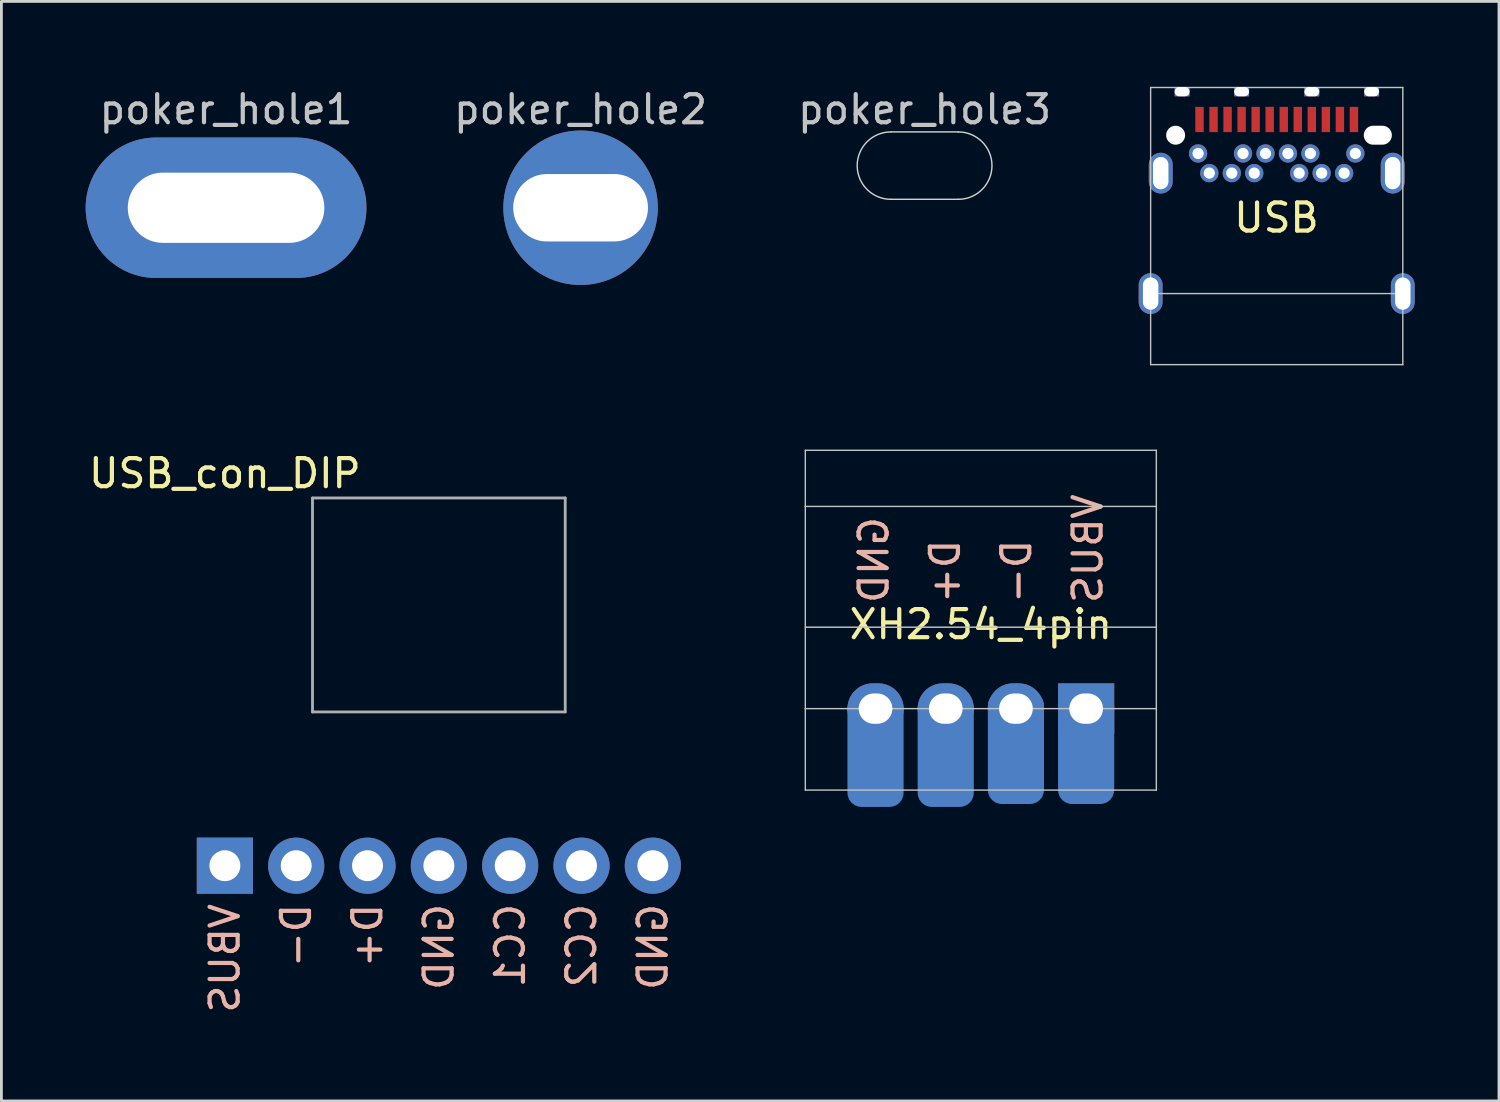
<source format=kicad_pcb>
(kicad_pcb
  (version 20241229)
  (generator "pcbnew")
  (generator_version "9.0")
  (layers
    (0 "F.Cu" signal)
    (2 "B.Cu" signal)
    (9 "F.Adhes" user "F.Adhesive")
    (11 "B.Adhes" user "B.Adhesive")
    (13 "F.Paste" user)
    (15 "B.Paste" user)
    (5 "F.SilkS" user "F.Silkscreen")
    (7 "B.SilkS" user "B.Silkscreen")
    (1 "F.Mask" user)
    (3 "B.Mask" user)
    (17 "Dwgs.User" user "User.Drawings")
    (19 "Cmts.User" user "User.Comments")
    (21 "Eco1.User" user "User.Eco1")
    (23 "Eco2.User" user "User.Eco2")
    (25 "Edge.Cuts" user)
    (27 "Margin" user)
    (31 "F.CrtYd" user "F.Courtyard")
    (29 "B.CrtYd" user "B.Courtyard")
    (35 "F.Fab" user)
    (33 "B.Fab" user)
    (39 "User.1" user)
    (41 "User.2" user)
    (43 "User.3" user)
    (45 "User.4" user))
  (footprint "poker_hole3"
    (layer "F.Cu")
    (at 29.875 2.848)
    (property "Reference" "poker_hole3" (at 0 -2 0) (unlocked yes) (layer "Dwgs.User") (effects (font (size 1 1) (thickness 0.15))))
    (attr through_hole)
    (fp_line (start -1.2 -1.2) (end 1.2 -1.2) (stroke (width 0.05) (type solid)) (layer "Edge.Cuts"))
    (fp_line (start 1.2 1.2) (end -1.2 1.2) (stroke (width 0.05) (type solid)) (layer "Edge.Cuts"))
    (fp_arc (start -1.2 1.2) (mid -2.4 0) (end -1.2 -1.2) (stroke (width 0.05) (type solid)) (layer "Edge.Cuts"))
    (fp_arc (start 1.2 -1.2) (mid 2.4 0) (end 1.2 1.2) (stroke (width 0.05) (type solid)) (layer "Edge.Cuts")))
  (footprint "XH2.54_4pin"
    (layer "F.Cu")
    (at 31.878 22.185)
    (property "Reference" "XH2.54_4pin" (at 0 -3 0) (unlocked yes) (layer "F.SilkS") (effects (font (size 1 1) (thickness 0.15))))
    (attr through_hole)
    (fp_line (start -6.25 -9.2) (end 6.25 -9.2) (stroke (width 0.05) (type solid)) (layer "Dwgs.User"))
    (fp_line (start -6.25 -7.2) (end -6.25 -9.2) (stroke (width 0.05) (type solid)) (layer "Dwgs.User"))
    (fp_line (start -6.25 -7.2) (end -6.25 0) (stroke (width 0.05) (type solid)) (layer "Dwgs.User"))
    (fp_line (start -6.25 -7.2) (end 6.25 -7.2) (stroke (width 0.05) (type solid)) (layer "Dwgs.User"))
    (fp_line (start -6.25 2.9) (end -6.25 0) (stroke (width 0.05) (type solid)) (layer "Dwgs.User"))
    (fp_line (start 6.25 -7.2) (end 6.25 -9.2) (stroke (width 0.05) (type solid)) (layer "Dwgs.User"))
    (fp_line (start 6.25 -2.9) (end -6.25 -2.9) (stroke (width 0.05) (type solid)) (layer "Dwgs.User"))
    (fp_line (start 6.25 0) (end -6.25 0) (stroke (width 0.05) (type solid)) (layer "Dwgs.User"))
    (fp_line (start 6.25 0) (end 6.25 -7.2) (stroke (width 0.05) (type solid)) (layer "Dwgs.User"))
    (fp_line (start 6.25 0) (end 6.25 2.9) (stroke (width 0.05) (type solid)) (layer "Dwgs.User"))
    (fp_line (start 6.25 2.9) (end -6.25 2.9) (stroke (width 0.05) (type solid)) (layer "Dwgs.User"))
    (fp_text user "GND" (at -3.81 -3.67 90) (layer "B.SilkS") (effects (font (size 1 1) (thickness 0.15)) (justify right mirror)))
    (fp_text user "D+" (at -1.27 -3.67 270) (layer "B.SilkS") (effects (font (size 1 1) (thickness 0.15)) (justify right mirror)))
    (fp_text user "VBUS" (at 3.81 -3.67 270) (layer "B.SilkS") (effects (font (size 1 1) (thickness 0.15)) (justify right mirror)))
    (fp_text user "D-" (at 1.27 -3.67 90) (layer "B.SilkS") (effects (font (size 1 1) (thickness 0.15)) (justify right mirror)))
    (pad "1" thru_hole oval (at -3.75 0) (size 2 1.8) (drill oval 1.2 1.08) (layers "*.Cu" "*.Mask"))
    (pad "1" smd roundrect (at -3.75 1.5) (size 2 4) (layers "B.Cu" "B.Mask") (roundrect_rratio 0.25))
    (pad "2" thru_hole oval (at -1.25 0) (size 2 1.8) (drill oval 1.2 1.08) (layers "*.Cu" "*.Mask"))
    (pad "2" smd roundrect (at -1.25 1.5) (size 2 4) (layers "B.Cu" "B.Mask") (roundrect_rratio 0.25))
    (pad "3" thru_hole oval (at 1.25 0) (size 2 1.8) (drill oval 1.2 1.08) (layers "*.Cu" "*.Mask"))
    (pad "3" smd roundrect (at 1.25 1.397) (size 2 4) (layers "B.Cu" "B.Mask") (roundrect_rratio 0.25))
    (pad "4" thru_hole rect (at 3.75 0) (size 2 1.8) (drill oval 1.2 1.08) (layers "*.Cu" "*.Mask"))
    (pad "4" smd roundrect (at 3.75 1.397) (size 2 4) (layers "B.Cu" "B.Mask") (roundrect_rratio 0.25)))
  (footprint "poker_hole1"
    (layer "F.Cu")
    (at 5 4.348)
    (property "Reference" "poker_hole1" (at 0 -3.5 0) (unlocked yes) (layer "Dwgs.User") (effects (font (size 1 1) (thickness 0.15))))
    (attr smd)
    (pad "1" thru_hole oval (at 0 0) (size 10 5) (drill oval 7 2.5) (layers "*.Cu" "*.Mask")))
  (footprint "poker_hole2"
    (layer "F.Cu")
    (at 17.625 4.348)
    (property "Reference" "poker_hole2" (at 0 -3.5 0) (unlocked yes) (layer "Dwgs.User") (effects (font (size 1 1) (thickness 0.15))))
    (attr through_hole)
    (pad "1" thru_hole circle (at 0 0) (size 5.5 5.5) (drill oval 4.8 2.4) (layers "*.Cu" "*.Mask")))
  (footprint "USB_con_DIP"
    (layer "F.Cu")
    (at 12.578 27.778)
    (property "Reference" "USB_con_DIP" (at -7.62 -13.97 0) (unlocked yes) (layer "F.SilkS") (effects (font (size 1 1) (thickness 0.15))))
    (attr smd)
    (fp_line (start -10 -13.095) (end 10 -13.095) (stroke (width 0.05) (type solid)) (layer "Eco1.User"))
    (fp_line (start -10 1.905) (end -10 -13.095) (stroke (width 0.05) (type solid)) (layer "Eco1.User"))
    (fp_line (start 10 -13.095) (end 10 1.905) (stroke (width 0.05) (type solid)) (layer "Eco1.User"))
    (fp_line (start 10 1.905) (end -10 1.905) (stroke (width 0.05) (type solid)) (layer "Eco1.User"))
    (fp_line (start -4.5 -13.095) (end -4.5 -5.475) (stroke (width 0.1) (type solid)) (layer "F.Fab"))
    (fp_line (start -4.5 -13.095) (end 4.5 -13.095) (stroke (width 0.1) (type solid)) (layer "F.Fab"))
    (fp_line (start 4.5 -13.095) (end 4.5 -5.475) (stroke (width 0.1) (type solid)) (layer "F.Fab"))
    (fp_line (start 4.5 -5.475) (end -4.5 -5.475) (stroke (width 0.1) (type solid)) (layer "F.Fab"))
    (fp_text user "CC1" (at 2.54 1.27 270) (layer "B.SilkS") (effects (font (size 1 1) (thickness 0.15)) (justify left mirror)))
    (fp_text user "VBUS" (at -7.62 1.27 270) (layer "B.SilkS") (effects (font (size 1 1) (thickness 0.15)) (justify left mirror)))
    (fp_text user "D+" (at -2.54 1.27 270) (layer "B.SilkS") (effects (font (size 1 1) (thickness 0.15)) (justify left mirror)))
    (fp_text user "GND" (at 0 1.27 270) (layer "B.SilkS") (effects (font (size 1 1) (thickness 0.15)) (justify left mirror)))
    (fp_text user "GND" (at 7.62 1.27 270) (layer "B.SilkS") (effects (font (size 1 1) (thickness 0.15)) (justify left mirror)))
    (fp_text user "CC2" (at 5.08 1.27 270) (layer "B.SilkS") (effects (font (size 1 1) (thickness 0.15)) (justify left mirror)))
    (fp_text user "D-" (at -5.08 1.27 270) (layer "B.SilkS") (effects (font (size 1 1) (thickness 0.15)) (justify left mirror)))
    (pad "1" thru_hole rect (at -7.62 0) (size 2 2) (drill 1.1) (layers "*.Cu" "*.Mask"))
    (pad "2" thru_hole circle (at -5.08 0) (size 2 2) (drill 1.1) (layers "*.Cu" "*.Mask"))
    (pad "3" thru_hole circle (at -2.54 0) (size 2 2) (drill 1.1) (layers "*.Cu" "*.Mask"))
    (pad "4" thru_hole circle (at 0 0) (size 2 2) (drill 1.1) (layers "*.Cu" "*.Mask"))
    (pad "4" thru_hole circle (at 7.62 0) (size 2 2) (drill 1.1) (layers "*.Cu" "*.Mask"))
    (pad "5" thru_hole circle (at 2.54 0) (size 2 2) (drill 1.1) (layers "*.Cu" "*.Mask"))
    (pad "6" thru_hole circle (at 5.08 0) (size 2 2) (drill 1.1) (layers "*.Cu" "*.Mask")))
  (footprint "USB"
    (layer "F.Cu")
    (at 42.415 1.205)
    (property "Reference" "USB" (at -0.01 3.5 0) (unlocked yes) (layer "F.SilkS") (effects (font (size 1 1) (thickness 0.15))))
    (attr smd)
    (fp_line (start -4.49 -1.14) (end -4.49 8.73) (stroke (width 0.05) (type solid)) (layer "Dwgs.User"))
    (fp_line (start 4.49 -1.14) (end -4.49 -1.14) (stroke (width 0.05) (type solid)) (layer "Dwgs.User"))
    (fp_line (start 4.49 -1.14) (end 4.49 8.73) (stroke (width 0.05) (type solid)) (layer "Dwgs.User"))
    (fp_line (start 4.49 6.2) (end -4.49 6.2) (stroke (width 0.05) (type solid)) (layer "Dwgs.User"))
    (fp_line (start 4.49 8.73) (end -4.49 8.73) (stroke (width 0.05) (type solid)) (layer "Dwgs.User"))
    (pad "" thru_hole oval (at -4.49 6.2) (size 0.85 1.45) (drill oval 0.55 1.15) (layers "*.Cu" "*.Mask"))
    (pad "" thru_hole oval (at -4.13 1.91) (size 0.85 1.45) (drill oval 0.55 1.15) (layers "*.Cu" "*.Mask"))
    (pad "" np_thru_hole circle (at -3.6 0.56) (size 0.675 0.675) (drill 0.675) (layers "*.Cu" "*.Mask"))
    (pad "" np_thru_hole rect (at -3.37 -0.99) (size 0.53 0.33) (drill oval 0.63 0.43) (layers "*.Cu" "*.Mask"))
    (pad "" np_thru_hole rect (at -1.25 -0.99) (size 0.53 0.33) (drill oval 0.63 0.43) (layers "*.Cu" "*.Mask"))
    (pad "" np_thru_hole rect (at 1.25 -0.99) (size 0.53 0.33) (drill oval 0.63 0.43) (layers "*.Cu" "*.Mask"))
    (pad "" np_thru_hole rect (at 3.38 -0.99) (size 0.53 0.33) (drill oval 0.63 0.43) (layers "*.Cu" "*.Mask"))
    (pad "" np_thru_hole oval (at 3.6 0.56) (size 1 0.675) (drill oval 1 0.675) (layers "*.Cu" "*.Mask"))
    (pad "" thru_hole oval (at 4.13 1.91) (size 0.85 1.45) (drill oval 0.55 1.15) (layers "*.Cu" "*.Mask"))
    (pad "" thru_hole oval (at 4.49 6.2) (size 0.85 1.45) (drill oval 0.55 1.15) (layers "*.Cu" "*.Mask"))
    (pad "1" smd rect (at -2.75 0) (size 0.3 0.9) (layers "F.Cu" "F.Mask" "F.Paste"))
    (pad "1" thru_hole circle (at 2.8 1.21) (size 0.65 0.65) (drill 0.4) (layers "*.Cu" "*.Mask"))
    (pad "2" smd rect (at -2.25 0) (size 0.3 0.9) (layers "F.Cu" "F.Mask" "F.Paste"))
    (pad "2" thru_hole circle (at 2.4 1.91) (size 0.65 0.65) (drill 0.4) (layers "*.Cu" "*.Mask"))
    (pad "3" smd rect (at -1.75 0) (size 0.3 0.9) (layers "F.Cu" "F.Mask" "F.Paste"))
    (pad "3" thru_hole circle (at 1.6 1.91) (size 0.65 0.65) (drill 0.4) (layers "*.Cu" "*.Mask"))
    (pad "4" smd rect (at -1.25 0) (size 0.3 0.9) (layers "F.Cu" "F.Mask" "F.Paste"))
    (pad "4" thru_hole circle (at 1.2 1.21) (size 0.65 0.65) (drill 0.4) (layers "*.Cu" "*.Mask"))
    (pad "5" smd rect (at -0.75 0) (size 0.3 0.9) (layers "F.Cu" "F.Mask" "F.Paste"))
    (pad "5" thru_hole circle (at 0.8 1.91) (size 0.65 0.65) (drill 0.4) (layers "*.Cu" "*.Mask"))
    (pad "6" smd rect (at -0.25 0) (size 0.3 0.9) (layers "F.Cu" "F.Mask" "F.Paste"))
    (pad "6" thru_hole circle (at 0.4 1.21) (size 0.65 0.65) (drill 0.4) (layers "*.Cu" "*.Mask"))
    (pad "7" thru_hole circle (at -0.4 1.21) (size 0.65 0.65) (drill 0.4) (layers "*.Cu" "*.Mask"))
    (pad "7" smd rect (at 0.25 0) (size 0.3 0.9) (layers "F.Cu" "F.Mask" "F.Paste"))
    (pad "8" thru_hole circle (at -0.8 1.91) (size 0.65 0.65) (drill 0.4) (layers "*.Cu" "*.Mask"))
    (pad "8" smd rect (at 0.75 0) (size 0.3 0.9) (layers "F.Cu" "F.Mask" "F.Paste"))
    (pad "9" thru_hole circle (at -1.2 1.21) (size 0.65 0.65) (drill 0.4) (layers "*.Cu" "*.Mask"))
    (pad "9" smd rect (at 1.25 0) (size 0.3 0.9) (layers "F.Cu" "F.Mask" "F.Paste"))
    (pad "10" thru_hole circle (at -1.6 1.91) (size 0.65 0.65) (drill 0.4) (layers "*.Cu" "*.Mask"))
    (pad "10" smd rect (at 1.75 0) (size 0.3 0.9) (layers "F.Cu" "F.Mask" "F.Paste"))
    (pad "11" thru_hole circle (at -2.4 1.91) (size 0.65 0.65) (drill 0.4) (layers "*.Cu" "*.Mask"))
    (pad "11" smd rect (at 2.25 0) (size 0.3 0.9) (layers "F.Cu" "F.Mask" "F.Paste"))
    (pad "12" thru_hole circle (at -2.8 1.21) (size 0.65 0.65) (drill 0.4) (layers "*.Cu" "*.Mask"))
    (pad "12" smd rect (at 2.75 0) (size 0.3 0.9) (layers "F.Cu" "F.Mask" "F.Paste")))
  (gr_rect
    (start -3 -3)
    (end 50.33 36.155)
    (stroke (width 0.1) (type default))
    (fill no)
    (layer "Edge.Cuts")))
</source>
